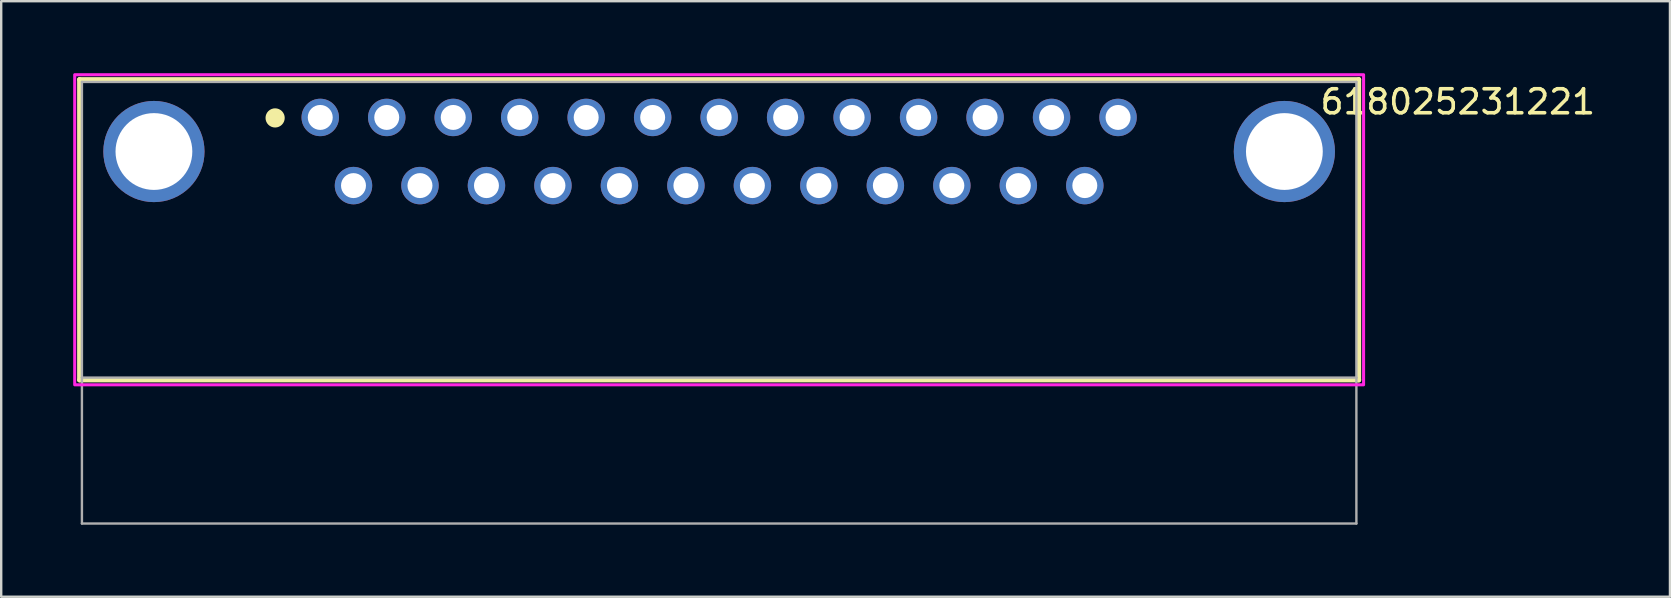
<source format=kicad_pcb>
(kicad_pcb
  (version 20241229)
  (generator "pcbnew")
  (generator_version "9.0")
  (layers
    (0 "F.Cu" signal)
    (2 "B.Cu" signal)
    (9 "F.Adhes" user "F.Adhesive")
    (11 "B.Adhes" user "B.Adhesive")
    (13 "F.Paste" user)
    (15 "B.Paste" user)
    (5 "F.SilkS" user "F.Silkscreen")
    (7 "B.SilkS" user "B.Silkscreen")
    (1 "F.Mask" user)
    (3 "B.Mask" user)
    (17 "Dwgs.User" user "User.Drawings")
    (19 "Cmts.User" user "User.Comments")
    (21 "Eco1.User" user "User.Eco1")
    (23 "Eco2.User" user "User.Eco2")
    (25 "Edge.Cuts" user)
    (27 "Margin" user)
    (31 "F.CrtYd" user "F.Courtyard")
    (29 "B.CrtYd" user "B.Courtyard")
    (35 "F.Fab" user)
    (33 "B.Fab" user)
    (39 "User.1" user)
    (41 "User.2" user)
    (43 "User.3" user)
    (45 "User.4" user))
  (footprint "618025231221"
    (layer "F.Cu")
    (at 26.913 9.563)
    (property "Reference" "618025231221" (at 30.775 -8.37 0) (layer "F.SilkS") (effects (font (size 1 1) (thickness 0.15))))
    (attr through_hole)
    (fp_line (start -26.65 -9.3) (end 26.65 -9.3) (stroke (width 0.2) (type solid)) (layer "F.SilkS"))
    (fp_line (start -26.65 3.22) (end -26.65 -9.3) (stroke (width 0.2) (type solid)) (layer "F.SilkS"))
    (fp_line (start 26.65 -9.3) (end 26.65 3.22) (stroke (width 0.2) (type solid)) (layer "F.SilkS"))
    (fp_line (start 26.65 3.22) (end -26.65 3.22) (stroke (width 0.2) (type solid)) (layer "F.SilkS"))
    (fp_circle (center -18.5 -7.7) (end -18.3 -7.7) (stroke (width 0.4) (type solid)) (fill no) (layer "F.SilkS"))
    (fp_poly (pts (xy -26.85 -9.5) (xy 26.85 -9.5) (xy 26.85 3.42) (xy -26.85 3.42)) (stroke (width 0.127) (type solid)) (fill no) (layer "F.CrtYd"))
    (fp_line (start -26.55 -9.2) (end 26.55 -9.2) (stroke (width 0.1) (type solid)) (layer "F.Fab"))
    (fp_line (start -26.55 3.12) (end -26.55 -9.2) (stroke (width 0.1) (type solid)) (layer "F.Fab"))
    (fp_line (start -26.55 9.2) (end -26.55 3.12) (stroke (width 0.1) (type solid)) (layer "F.Fab"))
    (fp_line (start 26.55 -9.2) (end 26.55 3.12) (stroke (width 0.1) (type solid)) (layer "F.Fab"))
    (fp_line (start 26.55 3.12) (end -26.55 3.12) (stroke (width 0.1) (type solid)) (layer "F.Fab"))
    (fp_line (start 26.55 3.12) (end 26.55 9.2) (stroke (width 0.1) (type solid)) (layer "F.Fab"))
    (fp_line (start 26.55 9.2) (end -26.55 9.2) (stroke (width 0.1) (type solid)) (layer "F.Fab"))
    (pad "1" thru_hole circle (at -16.62 -7.72) (size 1.56 1.56) (drill 1.04) (layers "*.Cu" "*.Mask"))
    (pad "2" thru_hole circle (at -13.85 -7.72) (size 1.56 1.56) (drill 1.04) (layers "*.Cu" "*.Mask"))
    (pad "3" thru_hole circle (at -11.08 -7.72) (size 1.56 1.56) (drill 1.04) (layers "*.Cu" "*.Mask"))
    (pad "4" thru_hole circle (at -8.31 -7.72) (size 1.56 1.56) (drill 1.04) (layers "*.Cu" "*.Mask"))
    (pad "5" thru_hole circle (at -5.54 -7.72) (size 1.56 1.56) (drill 1.04) (layers "*.Cu" "*.Mask"))
    (pad "6" thru_hole circle (at -2.77 -7.72) (size 1.56 1.56) (drill 1.04) (layers "*.Cu" "*.Mask"))
    (pad "7" thru_hole circle (at 0 -7.72) (size 1.56 1.56) (drill 1.04) (layers "*.Cu" "*.Mask"))
    (pad "8" thru_hole circle (at 2.77 -7.72) (size 1.56 1.56) (drill 1.04) (layers "*.Cu" "*.Mask"))
    (pad "9" thru_hole circle (at 5.54 -7.72) (size 1.56 1.56) (drill 1.04) (layers "*.Cu" "*.Mask"))
    (pad "10" thru_hole circle (at 8.31 -7.72) (size 1.56 1.56) (drill 1.04) (layers "*.Cu" "*.Mask"))
    (pad "11" thru_hole circle (at 11.08 -7.72) (size 1.56 1.56) (drill 1.04) (layers "*.Cu" "*.Mask"))
    (pad "12" thru_hole circle (at 13.85 -7.72) (size 1.56 1.56) (drill 1.04) (layers "*.Cu" "*.Mask"))
    (pad "13" thru_hole circle (at 16.62 -7.72) (size 1.56 1.56) (drill 1.04) (layers "*.Cu" "*.Mask"))
    (pad "14" thru_hole circle (at -15.235 -4.88) (size 1.56 1.56) (drill 1.04) (layers "*.Cu" "*.Mask"))
    (pad "15" thru_hole circle (at -12.465 -4.88) (size 1.56 1.56) (drill 1.04) (layers "*.Cu" "*.Mask"))
    (pad "16" thru_hole circle (at -9.695 -4.88) (size 1.56 1.56) (drill 1.04) (layers "*.Cu" "*.Mask"))
    (pad "17" thru_hole circle (at -6.925 -4.88) (size 1.56 1.56) (drill 1.04) (layers "*.Cu" "*.Mask"))
    (pad "18" thru_hole circle (at -4.155 -4.88) (size 1.56 1.56) (drill 1.04) (layers "*.Cu" "*.Mask"))
    (pad "19" thru_hole circle (at -1.385 -4.88) (size 1.56 1.56) (drill 1.04) (layers "*.Cu" "*.Mask"))
    (pad "20" thru_hole circle (at 1.385 -4.88) (size 1.56 1.56) (drill 1.04) (layers "*.Cu" "*.Mask"))
    (pad "21" thru_hole circle (at 4.155 -4.88) (size 1.56 1.56) (drill 1.04) (layers "*.Cu" "*.Mask"))
    (pad "22" thru_hole circle (at 6.925 -4.88) (size 1.56 1.56) (drill 1.04) (layers "*.Cu" "*.Mask"))
    (pad "23" thru_hole circle (at 9.695 -4.88) (size 1.56 1.56) (drill 1.04) (layers "*.Cu" "*.Mask"))
    (pad "24" thru_hole circle (at 12.465 -4.88) (size 1.56 1.56) (drill 1.04) (layers "*.Cu" "*.Mask"))
    (pad "25" thru_hole circle (at 15.235 -4.88) (size 1.56 1.56) (drill 1.04) (layers "*.Cu" "*.Mask"))
    (pad "S1" thru_hole circle (at -23.55 -6.3) (size 4.216 4.216) (drill 3.2) (layers "*.Cu" "*.Mask"))
    (pad "S2" thru_hole circle (at 23.55 -6.3) (size 4.216 4.216) (drill 3.2) (layers "*.Cu" "*.Mask")))
  (gr_rect
    (start -3 -3)
    (end 66.528 21.814)
    (stroke (width 0.1) (type default))
    (fill no)
    (layer "Edge.Cuts")))
</source>
